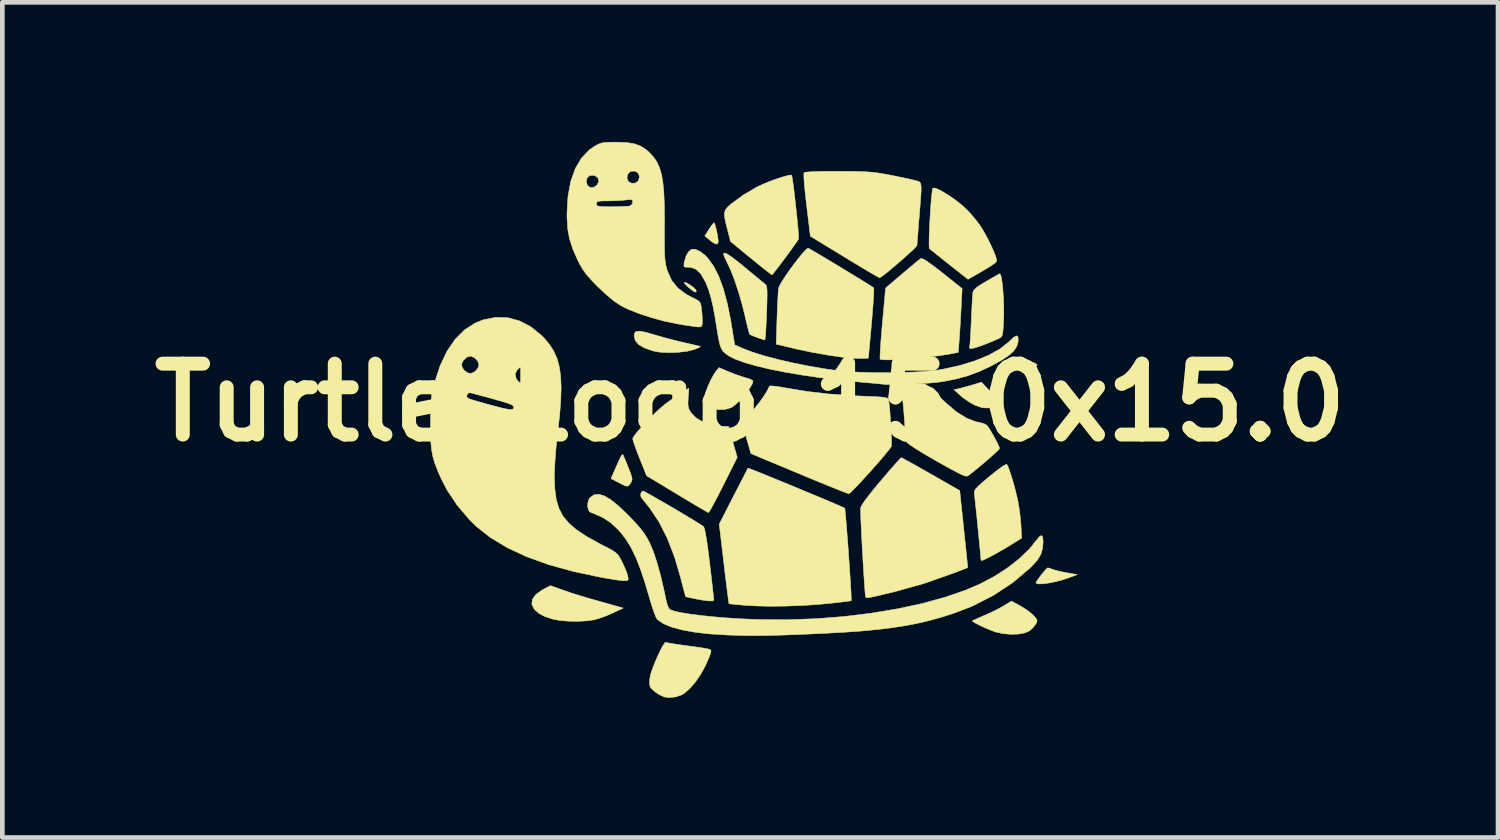
<source format=kicad_pcb>
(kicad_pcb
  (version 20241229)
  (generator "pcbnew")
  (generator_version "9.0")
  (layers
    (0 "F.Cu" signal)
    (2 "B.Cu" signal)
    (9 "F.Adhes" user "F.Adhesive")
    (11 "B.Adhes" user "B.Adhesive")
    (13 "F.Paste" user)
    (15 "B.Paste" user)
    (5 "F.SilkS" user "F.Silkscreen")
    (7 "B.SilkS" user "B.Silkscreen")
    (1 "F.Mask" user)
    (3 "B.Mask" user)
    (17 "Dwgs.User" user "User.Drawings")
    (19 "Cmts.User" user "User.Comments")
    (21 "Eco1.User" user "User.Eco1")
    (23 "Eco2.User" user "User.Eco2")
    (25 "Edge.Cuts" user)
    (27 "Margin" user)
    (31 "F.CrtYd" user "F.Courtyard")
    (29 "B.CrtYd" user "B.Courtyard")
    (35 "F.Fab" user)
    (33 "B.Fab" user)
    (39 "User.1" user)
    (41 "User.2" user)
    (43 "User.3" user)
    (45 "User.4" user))
  (footprint "Turtle_Logo_15.0x15.0"
    (layer "F.Cu")
    (at 13.07 5.599)
    (property "Reference" "Turtle_Logo_15.0x15.0" (at 0 0 0) (layer "F.SilkS") (effects (font (size 1.524 1.524) (thickness 0.3))))
    (attr through_hole)
    (fp_poly (pts (xy 6.017 -0.882) (xy 6.119 -0.844) (xy 6.166 -0.813) (xy 6.156 -0.79) (xy 6.086 -0.773) (xy 5.956 -0.76) (xy 5.877 -0.755) (xy 5.625 -0.742) (xy 5.725 -0.843) (xy 5.824 -0.945) (xy 6.017 -0.882)) (stroke (width 0.01) (type solid)) (fill yes) (layer "F.SilkS"))
    (fp_poly (pts (xy -1.363 -2.568) (xy -1.288 -2.524) (xy -1.216 -2.469) (xy -1.167 -2.42) (xy -1.161 -2.408) (xy -1.162 -2.372) (xy -1.202 -2.381) (xy -1.277 -2.434) (xy -1.327 -2.476) (xy -1.389 -2.536) (xy -1.418 -2.576) (xy -1.415 -2.585) (xy -1.363 -2.568)) (stroke (width 0.01) (type solid)) (fill yes) (layer "F.SilkS"))
    (fp_poly (pts (xy -0.76 -3.837) (xy -0.74 -3.767) (xy -0.718 -3.672) (xy -0.699 -3.573) (xy -0.688 -3.488) (xy -0.686 -3.454) (xy -0.703 -3.406) (xy -0.754 -3.41) (xy -0.84 -3.466) (xy -0.869 -3.49) (xy -0.974 -3.58) (xy -0.885 -3.722) (xy -0.831 -3.801) (xy -0.79 -3.853) (xy -0.776 -3.864) (xy -0.76 -3.837)) (stroke (width 0.01) (type solid)) (fill yes) (layer "F.SilkS"))
    (fp_poly (pts (xy 5.13 -0.268) (xy 5.235 -0.15) (xy 5.293 -0.063) (xy 5.307 0.001) (xy 5.279 0.05) (xy 5.235 0.079) (xy 5.116 0.118) (xy 4.989 0.113) (xy 4.838 0.061) (xy 4.815 0.051) (xy 4.7 -0.015) (xy 4.577 -0.1) (xy 4.519 -0.149) (xy 4.379 -0.275) (xy 4.472 -0.295) (xy 4.551 -0.315) (xy 4.664 -0.346) (xy 4.768 -0.376) (xy 4.971 -0.437) (xy 5.13 -0.268)) (stroke (width 0.01) (type solid)) (fill yes) (layer "F.SilkS"))
    (fp_poly (pts (xy 6.436 3.563) (xy 6.504 3.587) (xy 6.58 3.61) (xy 6.692 3.637) (xy 6.81 3.66) (xy 7.028 3.698) (xy 6.842 3.768) (xy 6.705 3.813) (xy 6.561 3.85) (xy 6.421 3.879) (xy 6.297 3.896) (xy 6.202 3.899) (xy 6.147 3.888) (xy 6.14 3.876) (xy 6.158 3.839) (xy 6.203 3.774) (xy 6.262 3.696) (xy 6.322 3.623) (xy 6.371 3.57) (xy 6.393 3.553) (xy 6.436 3.563)) (stroke (width 0.01) (type solid)) (fill yes) (layer "F.SilkS"))
    (fp_poly (pts (xy -2.732 1.125) (xy -2.717 1.157) (xy -2.684 1.234) (xy -2.641 1.342) (xy -2.62 1.395) (xy -2.571 1.519) (xy -2.545 1.6) (xy -2.537 1.653) (xy -2.547 1.693) (xy -2.568 1.73) (xy -2.602 1.777) (xy -2.632 1.798) (xy -2.677 1.793) (xy -2.75 1.76) (xy -2.827 1.72) (xy -2.99 1.636) (xy -2.884 1.391) (xy -2.824 1.257) (xy -2.784 1.173) (xy -2.757 1.13) (xy -2.74 1.119) (xy -2.732 1.125)) (stroke (width 0.01) (type solid)) (fill yes) (layer "F.SilkS"))
    (fp_poly (pts (xy -2.297 -1.52) (xy -2.153 -1.483) (xy -2.052 -1.453) (xy -1.871 -1.401) (xy -1.671 -1.348) (xy -1.483 -1.301) (xy -1.388 -1.279) (xy -1.257 -1.25) (xy -1.151 -1.225) (xy -1.084 -1.208) (xy -1.067 -1.202) (xy -1.087 -1.187) (xy -1.151 -1.159) (xy -1.206 -1.138) (xy -1.359 -1.1) (xy -1.548 -1.078) (xy -1.749 -1.071) (xy -1.938 -1.081) (xy -2.086 -1.107) (xy -2.271 -1.172) (xy -2.399 -1.247) (xy -2.471 -1.334) (xy -2.493 -1.432) (xy -2.485 -1.49) (xy -2.455 -1.524) (xy -2.395 -1.533) (xy -2.297 -1.52)) (stroke (width 0.01) (type solid)) (fill yes) (layer "F.SilkS"))
    (fp_poly (pts (xy -0.452 -0.657) (xy -0.32 -0.605) (xy -0.187 -0.559) (xy -0.086 -0.528) (xy -0.000129 -0.502) (xy 0.053 -0.474) (xy 0.062 -0.462) (xy 0.041 -0.391) (xy -0.017 -0.293) (xy -0.1 -0.181) (xy -0.197 -0.07) (xy -0.296 0.028) (xy -0.387 0.098) (xy -0.41 0.112) (xy -0.537 0.149) (xy -0.686 0.153) (xy -0.829 0.124) (xy -0.9 0.091) (xy -0.968 0.044) (xy -0.993 -0.005) (xy -0.99 -0.082) (xy -0.989 -0.095) (xy -0.962 -0.203) (xy -0.911 -0.339) (xy -0.847 -0.482) (xy -0.779 -0.606) (xy -0.729 -0.679) (xy -0.67 -0.749) (xy -0.452 -0.657)) (stroke (width 0.01) (type solid)) (fill yes) (layer "F.SilkS"))
    (fp_poly (pts (xy -4.007 4.037) (xy -3.85 4.091) (xy -3.662 4.15) (xy -3.473 4.207) (xy -3.381 4.233) (xy -3.225 4.277) (xy -3.074 4.319) (xy -2.947 4.355) (xy -2.883 4.373) (xy -2.727 4.417) (xy -2.961 4.527) (xy -3.096 4.585) (xy -3.236 4.636) (xy -3.351 4.669) (xy -3.36 4.671) (xy -3.52 4.693) (xy -3.712 4.703) (xy -3.912 4.699) (xy -4.096 4.683) (xy -4.231 4.658) (xy -4.408 4.601) (xy -4.536 4.535) (xy -4.628 4.453) (xy -4.643 4.435) (xy -4.692 4.333) (xy -4.68 4.23) (xy -4.609 4.129) (xy -4.479 4.034) (xy -4.428 4.006) (xy -4.291 3.936) (xy -4.007 4.037)) (stroke (width 0.01) (type solid)) (fill yes) (layer "F.SilkS"))
    (fp_poly (pts (xy 5.795 4.365) (xy 5.91 4.435) (xy 6.02 4.515) (xy 6.081 4.569) (xy 6.142 4.637) (xy 6.166 4.682) (xy 6.157 4.725) (xy 6.139 4.759) (xy 6.08 4.836) (xy 6.005 4.905) (xy 5.906 4.95) (xy 5.765 4.976) (xy 5.601 4.981) (xy 5.432 4.967) (xy 5.276 4.932) (xy 5.267 4.929) (xy 5.169 4.893) (xy 5.059 4.847) (xy 4.95 4.797) (xy 4.857 4.75) (xy 4.793 4.713) (xy 4.772 4.693) (xy 4.773 4.692) (xy 4.805 4.677) (xy 4.88 4.642) (xy 4.986 4.596) (xy 5.043 4.571) (xy 5.183 4.508) (xy 5.323 4.438) (xy 5.437 4.376) (xy 5.457 4.364) (xy 5.614 4.268) (xy 5.795 4.365)) (stroke (width 0.01) (type solid)) (fill yes) (layer "F.SilkS"))
    (fp_poly (pts (xy 3.708 -3.088) (xy 3.787 -3.043) (xy 3.909 -2.957) (xy 4.073 -2.831) (xy 4.133 -2.784) (xy 4.555 -2.447) (xy 4.533 -2.026) (xy 4.523 -1.84) (xy 4.512 -1.648) (xy 4.501 -1.472) (xy 4.492 -1.34) (xy 4.472 -1.076) (xy 4.27 -1.038) (xy 4.111 -1.013) (xy 3.929 -0.988) (xy 3.732 -0.967) (xy 3.531 -0.948) (xy 3.335 -0.933) (xy 3.155 -0.922) (xy 3.001 -0.916) (xy 2.883 -0.917) (xy 2.809 -0.924) (xy 2.791 -0.932) (xy 2.789 -0.969) (xy 2.793 -1.06) (xy 2.801 -1.195) (xy 2.813 -1.366) (xy 2.829 -1.563) (xy 2.842 -1.71) (xy 2.91 -2.46) (xy 3.268 -2.765) (xy 3.397 -2.873) (xy 3.51 -2.968) (xy 3.6 -3.042) (xy 3.656 -3.087) (xy 3.668 -3.095) (xy 3.708 -3.088)) (stroke (width 0.01) (type solid)) (fill yes) (layer "F.SilkS"))
    (fp_poly (pts (xy -1.777 5.163) (xy -1.689 5.179) (xy -1.565 5.198) (xy -1.419 5.219) (xy -1.417 5.219) (xy -1.216 5.246) (xy -1.068 5.267) (xy -0.965 5.284) (xy -0.899 5.297) (xy -0.862 5.309) (xy -0.846 5.323) (xy -0.842 5.339) (xy -0.841 5.35) (xy -0.854 5.398) (xy -0.888 5.487) (xy -0.937 5.601) (xy -0.963 5.658) (xy -1.058 5.833) (xy -1.172 5.999) (xy -1.293 6.141) (xy -1.41 6.245) (xy -1.465 6.28) (xy -1.596 6.326) (xy -1.737 6.342) (xy -1.845 6.328) (xy -1.949 6.281) (xy -2.052 6.212) (xy -2.13 6.139) (xy -2.15 6.109) (xy -2.165 6.026) (xy -2.151 5.892) (xy -2.15 5.889) (xy -2.127 5.801) (xy -2.087 5.688) (xy -2.036 5.561) (xy -1.98 5.433) (xy -1.924 5.316) (xy -1.874 5.223) (xy -1.835 5.165) (xy -1.816 5.153) (xy -1.777 5.163)) (stroke (width 0.01) (type solid)) (fill yes) (layer "F.SilkS"))
    (fp_poly (pts (xy 5.381 -2.746) (xy 5.4 -2.673) (xy 5.417 -2.559) (xy 5.431 -2.415) (xy 5.442 -2.251) (xy 5.449 -2.08) (xy 5.45 -1.91) (xy 5.449 -1.834) (xy 5.441 -1.657) (xy 5.432 -1.533) (xy 5.419 -1.454) (xy 5.401 -1.411) (xy 5.39 -1.401) (xy 5.321 -1.365) (xy 5.212 -1.317) (xy 5.084 -1.265) (xy 4.958 -1.217) (xy 4.852 -1.182) (xy 4.804 -1.169) (xy 4.735 -1.158) (xy 4.712 -1.171) (xy 4.716 -1.205) (xy 4.723 -1.254) (xy 4.731 -1.354) (xy 4.739 -1.493) (xy 4.747 -1.658) (xy 4.752 -1.776) (xy 4.76 -1.955) (xy 4.768 -2.116) (xy 4.776 -2.249) (xy 4.783 -2.339) (xy 4.786 -2.369) (xy 4.809 -2.416) (xy 4.863 -2.47) (xy 4.959 -2.536) (xy 5.07 -2.602) (xy 5.187 -2.669) (xy 5.283 -2.724) (xy 5.345 -2.759) (xy 5.362 -2.767) (xy 5.381 -2.746)) (stroke (width 0.01) (type solid)) (fill yes) (layer "F.SilkS"))
    (fp_poly (pts (xy -0.507 -3.198) (xy -0.418 -3.141) (xy -0.288 -3.043) (xy -0.124 -2.91) (xy 0.014 -2.796) (xy 0.138 -2.694) (xy 0.238 -2.611) (xy 0.306 -2.556) (xy 0.33 -2.536) (xy 0.346 -2.515) (xy 0.357 -2.473) (xy 0.363 -2.404) (xy 0.364 -2.298) (xy 0.361 -2.147) (xy 0.355 -1.943) (xy 0.354 -1.921) (xy 0.346 -1.738) (xy 0.338 -1.58) (xy 0.33 -1.455) (xy 0.322 -1.372) (xy 0.315 -1.343) (xy 0.315 -1.343) (xy 0.277 -1.354) (xy 0.201 -1.379) (xy 0.15 -1.397) (xy 0.063 -1.43) (xy 0.003 -1.456) (xy -0.011 -1.465) (xy -0.023 -1.5) (xy -0.045 -1.583) (xy -0.075 -1.702) (xy -0.108 -1.846) (xy -0.109 -1.851) (xy -0.175 -2.116) (xy -0.252 -2.381) (xy -0.335 -2.63) (xy -0.42 -2.848) (xy -0.501 -3.02) (xy -0.501 -3.021) (xy -0.552 -3.124) (xy -0.572 -3.189) (xy -0.557 -3.213) (xy -0.507 -3.198)) (stroke (width 0.01) (type solid)) (fill yes) (layer "F.SilkS"))
    (fp_poly (pts (xy 4.034 -4.584) (xy 4.136 -4.531) (xy 4.256 -4.457) (xy 4.384 -4.37) (xy 4.509 -4.274) (xy 4.603 -4.193) (xy 4.719 -4.077) (xy 4.84 -3.936) (xy 4.943 -3.799) (xy 4.949 -3.79) (xy 5.022 -3.671) (xy 5.098 -3.532) (xy 5.17 -3.388) (xy 5.232 -3.251) (xy 5.277 -3.137) (xy 5.297 -3.059) (xy 5.298 -3.048) (xy 5.29 -3.027) (xy 5.262 -2.998) (xy 5.207 -2.958) (xy 5.117 -2.901) (xy 4.987 -2.823) (xy 4.826 -2.73) (xy 4.681 -2.647) (xy 4.28 -2.964) (xy 4.144 -3.072) (xy 4.024 -3.167) (xy 3.929 -3.243) (xy 3.869 -3.292) (xy 3.852 -3.306) (xy 3.846 -3.343) (xy 3.844 -3.431) (xy 3.846 -3.558) (xy 3.852 -3.712) (xy 3.86 -3.883) (xy 3.87 -4.059) (xy 3.881 -4.228) (xy 3.893 -4.378) (xy 3.906 -4.5) (xy 3.917 -4.58) (xy 3.924 -4.604) (xy 3.96 -4.61) (xy 4.034 -4.584)) (stroke (width 0.01) (type solid)) (fill yes) (layer "F.SilkS"))
    (fp_poly (pts (xy 0.889 -4.887) (xy 0.899 -4.851) (xy 0.913 -4.763) (xy 0.931 -4.636) (xy 0.95 -4.48) (xy 0.97 -4.306) (xy 0.99 -4.126) (xy 1.008 -3.95) (xy 1.024 -3.79) (xy 1.035 -3.657) (xy 1.041 -3.561) (xy 1.04 -3.514) (xy 1.04 -3.512) (xy 1.006 -3.46) (xy 0.946 -3.375) (xy 0.869 -3.268) (xy 0.782 -3.148) (xy 0.692 -3.028) (xy 0.608 -2.916) (xy 0.538 -2.825) (xy 0.489 -2.763) (xy 0.469 -2.743) (xy 0.441 -2.761) (xy 0.372 -2.814) (xy 0.271 -2.893) (xy 0.147 -2.994) (xy 0.016 -3.1) (xy -0.421 -3.458) (xy -0.488 -3.716) (xy -0.529 -3.879) (xy -0.551 -3.995) (xy -0.553 -4.078) (xy -0.531 -4.142) (xy -0.486 -4.198) (xy -0.414 -4.262) (xy -0.413 -4.263) (xy -0.143 -4.462) (xy 0.148 -4.632) (xy 0.306 -4.705) (xy 0.431 -4.755) (xy 0.563 -4.803) (xy 0.689 -4.844) (xy 0.794 -4.874) (xy 0.866 -4.888) (xy 0.889 -4.887)) (stroke (width 0.01) (type solid)) (fill yes) (layer "F.SilkS"))
    (fp_poly (pts (xy 1.283 -3.297) (xy 1.364 -3.25) (xy 1.481 -3.181) (xy 1.623 -3.096) (xy 1.784 -3) (xy 1.953 -2.898) (xy 2.122 -2.795) (xy 2.282 -2.698) (xy 2.424 -2.611) (xy 2.54 -2.539) (xy 2.619 -2.489) (xy 2.654 -2.465) (xy 2.658 -2.43) (xy 2.655 -2.342) (xy 2.648 -2.209) (xy 2.636 -2.04) (xy 2.62 -1.845) (xy 2.608 -1.699) (xy 2.54 -0.951) (xy 2.369 -0.947) (xy 2.252 -0.947) (xy 2.146 -0.951) (xy 2.104 -0.955) (xy 1.7 -1.013) (xy 1.341 -1.076) (xy 1.011 -1.145) (xy 0.957 -1.158) (xy 0.559 -1.253) (xy 0.577 -1.819) (xy 0.584 -2.005) (xy 0.592 -2.174) (xy 0.599 -2.315) (xy 0.606 -2.415) (xy 0.612 -2.46) (xy 0.637 -2.52) (xy 0.69 -2.612) (xy 0.765 -2.727) (xy 0.853 -2.853) (xy 0.948 -2.982) (xy 1.041 -3.102) (xy 1.125 -3.205) (xy 1.193 -3.279) (xy 1.237 -3.315) (xy 1.247 -3.316) (xy 1.283 -3.297)) (stroke (width 0.01) (type solid)) (fill yes) (layer "F.SilkS"))
    (fp_poly (pts (xy 5.515 1.328) (xy 5.54 1.375) (xy 5.575 1.47) (xy 5.617 1.598) (xy 5.661 1.747) (xy 5.703 1.904) (xy 5.74 2.054) (xy 5.751 2.105) (xy 5.778 2.261) (xy 5.802 2.443) (xy 5.818 2.615) (xy 5.819 2.633) (xy 5.834 2.914) (xy 5.574 3.075) (xy 5.439 3.156) (xy 5.302 3.234) (xy 5.174 3.304) (xy 5.068 3.358) (xy 4.995 3.391) (xy 4.972 3.397) (xy 4.958 3.371) (xy 4.955 3.345) (xy 4.952 3.299) (xy 4.944 3.203) (xy 4.931 3.067) (xy 4.915 2.904) (xy 4.897 2.725) (xy 4.879 2.541) (xy 4.861 2.364) (xy 4.844 2.206) (xy 4.83 2.077) (xy 4.82 1.989) (xy 4.818 1.972) (xy 4.815 1.93) (xy 4.824 1.892) (xy 4.852 1.849) (xy 4.906 1.793) (xy 4.993 1.715) (xy 5.121 1.607) (xy 5.146 1.586) (xy 5.274 1.483) (xy 5.383 1.401) (xy 5.464 1.347) (xy 5.51 1.327) (xy 5.515 1.328)) (stroke (width 0.01) (type solid)) (fill yes) (layer "F.SilkS"))
    (fp_poly (pts (xy 4.215 0.018) (xy 4.438 0.205) (xy 4.651 0.337) (xy 4.849 0.413) (xy 4.921 0.427) (xy 5.013 0.45) (xy 5.082 0.486) (xy 5.091 0.495) (xy 5.13 0.549) (xy 5.183 0.635) (xy 5.241 0.738) (xy 5.296 0.841) (xy 5.339 0.928) (xy 5.36 0.982) (xy 5.36 0.988) (xy 5.338 1.016) (xy 5.277 1.075) (xy 5.188 1.155) (xy 5.08 1.249) (xy 4.964 1.348) (xy 4.85 1.442) (xy 4.747 1.524) (xy 4.676 1.578) (xy 4.651 1.584) (xy 4.605 1.574) (xy 4.533 1.544) (xy 4.43 1.493) (xy 4.288 1.417) (xy 4.101 1.313) (xy 4.006 1.26) (xy 3.827 1.156) (xy 3.666 1.06) (xy 3.532 0.976) (xy 3.432 0.909) (xy 3.374 0.864) (xy 3.364 0.851) (xy 3.353 0.797) (xy 3.341 0.697) (xy 3.329 0.568) (xy 3.323 0.483) (xy 3.312 0.329) (xy 3.3 0.178) (xy 3.289 0.055) (xy 3.284 0.013) (xy 3.267 -0.145) (xy 3.974 -0.209) (xy 4.215 0.018)) (stroke (width 0.01) (type solid)) (fill yes) (layer "F.SilkS"))
    (fp_poly (pts (xy -1.332 -0.1) (xy -1.337 0.021) (xy -1.329 0.102) (xy -1.303 0.168) (xy -1.272 0.218) (xy -1.164 0.329) (xy -1.014 0.422) (xy -0.84 0.486) (xy -0.664 0.513) (xy -0.651 0.513) (xy -0.467 0.514) (xy -0.423 0.67) (xy -0.387 0.794) (xy -0.347 0.936) (xy -0.328 1.002) (xy -0.278 1.179) (xy -0.575 1.774) (xy -0.664 1.949) (xy -0.745 2.104) (xy -0.812 2.23) (xy -0.863 2.319) (xy -0.892 2.363) (xy -0.896 2.366) (xy -0.928 2.35) (xy -1.006 2.305) (xy -1.122 2.238) (xy -1.269 2.151) (xy -1.438 2.049) (xy -1.573 1.968) (xy -2.226 1.574) (xy -2.375 1.202) (xy -2.432 1.057) (xy -2.478 0.93) (xy -2.511 0.833) (xy -2.524 0.78) (xy -2.524 0.777) (xy -2.503 0.732) (xy -2.445 0.655) (xy -2.359 0.554) (xy -2.254 0.439) (xy -2.139 0.32) (xy -2.022 0.206) (xy -1.914 0.107) (xy -1.833 0.04) (xy -1.71 -0.05) (xy -1.573 -0.145) (xy -1.492 -0.197) (xy -1.318 -0.308) (xy -1.332 -0.1)) (stroke (width 0.01) (type solid)) (fill yes) (layer "F.SilkS"))
    (fp_poly (pts (xy -2.27 1.916) (xy -2.192 1.958) (xy -2.079 2.022) (xy -1.94 2.102) (xy -1.784 2.192) (xy -1.621 2.287) (xy -1.46 2.383) (xy -1.31 2.473) (xy -1.179 2.552) (xy -1.078 2.615) (xy -1.015 2.656) (xy -1.001 2.667) (xy -0.981 2.714) (xy -0.958 2.822) (xy -0.93 2.993) (xy -0.898 3.225) (xy -0.869 3.464) (xy -0.844 3.675) (xy -0.822 3.866) (xy -0.804 4.027) (xy -0.79 4.149) (xy -0.782 4.225) (xy -0.78 4.246) (xy -0.808 4.264) (xy -0.894 4.264) (xy -1.032 4.246) (xy -1.165 4.221) (xy -1.272 4.199) (xy -1.351 4.181) (xy -1.386 4.17) (xy -1.387 4.17) (xy -1.397 4.138) (xy -1.419 4.057) (xy -1.45 3.939) (xy -1.487 3.796) (xy -1.492 3.773) (xy -1.625 3.321) (xy -1.781 2.918) (xy -1.959 2.567) (xy -2.156 2.272) (xy -2.177 2.245) (xy -2.25 2.154) (xy -2.309 2.08) (xy -2.342 2.038) (xy -2.343 2.038) (xy -2.355 1.986) (xy -2.34 1.93) (xy -2.306 1.901) (xy -2.304 1.901) (xy -2.27 1.916)) (stroke (width 0.01) (type solid)) (fill yes) (layer "F.SilkS"))
    (fp_poly (pts (xy 3.278 1.2) (xy 3.355 1.242) (xy 3.471 1.305) (xy 3.618 1.387) (xy 3.786 1.483) (xy 3.885 1.539) (xy 4.503 1.893) (xy 4.57 2.525) (xy 4.591 2.732) (xy 4.612 2.931) (xy 4.631 3.109) (xy 4.646 3.253) (xy 4.656 3.349) (xy 4.656 3.353) (xy 4.676 3.548) (xy 4.356 3.671) (xy 3.733 3.89) (xy 3.113 4.064) (xy 3.023 4.086) (xy 2.832 4.131) (xy 2.694 4.164) (xy 2.598 4.184) (xy 2.538 4.195) (xy 2.504 4.196) (xy 2.489 4.19) (xy 2.482 4.178) (xy 2.48 4.169) (xy 2.473 4.124) (xy 2.465 4.026) (xy 2.454 3.885) (xy 2.443 3.711) (xy 2.431 3.514) (xy 2.418 3.303) (xy 2.406 3.089) (xy 2.395 2.88) (xy 2.386 2.686) (xy 2.379 2.518) (xy 2.374 2.385) (xy 2.372 2.297) (xy 2.373 2.266) (xy 2.399 2.206) (xy 2.468 2.103) (xy 2.578 1.96) (xy 2.727 1.777) (xy 2.805 1.684) (xy 2.931 1.536) (xy 3.045 1.405) (xy 3.138 1.299) (xy 3.206 1.224) (xy 3.242 1.188) (xy 3.246 1.186) (xy 3.278 1.2)) (stroke (width 0.01) (type solid)) (fill yes) (layer "F.SilkS"))
    (fp_poly (pts (xy 0.526 -0.351) (xy 0.642 -0.335) (xy 0.764 -0.313) (xy 1.209 -0.239) (xy 1.681 -0.184) (xy 2.194 -0.147) (xy 2.408 -0.137) (xy 2.606 -0.129) (xy 2.751 -0.122) (xy 2.851 -0.114) (xy 2.914 -0.104) (xy 2.95 -0.09) (xy 2.968 -0.073) (xy 2.975 -0.05) (xy 2.987 0.032) (xy 2.999 0.152) (xy 3.01 0.297) (xy 3.021 0.454) (xy 3.029 0.609) (xy 3.035 0.749) (xy 3.037 0.86) (xy 3.035 0.931) (xy 3.032 0.947) (xy 2.99 1.006) (xy 2.917 1.095) (xy 2.822 1.209) (xy 2.711 1.337) (xy 2.592 1.471) (xy 2.472 1.604) (xy 2.358 1.727) (xy 2.259 1.832) (xy 2.181 1.911) (xy 2.133 1.954) (xy 2.121 1.96) (xy 2.082 1.948) (xy 1.992 1.914) (xy 1.859 1.861) (xy 1.688 1.793) (xy 1.488 1.711) (xy 1.264 1.619) (xy 1.044 1.527) (xy 0.016 1.098) (xy -0.084 0.749) (xy -0.184 0.399) (xy -0.006 0.235) (xy 0.086 0.137) (xy 0.186 0.014) (xy 0.282 -0.118) (xy 0.36 -0.242) (xy 0.409 -0.341) (xy 0.413 -0.351) (xy 0.446 -0.357) (xy 0.526 -0.351)) (stroke (width 0.01) (type solid)) (fill yes) (layer "F.SilkS"))
    (fp_poly (pts (xy 1.895 -4.969) (xy 2.135 -4.967) (xy 2.326 -4.964) (xy 2.482 -4.958) (xy 2.615 -4.948) (xy 2.738 -4.934) (xy 2.866 -4.913) (xy 3.01 -4.886) (xy 3.023 -4.884) (xy 3.189 -4.85) (xy 3.342 -4.818) (xy 3.469 -4.79) (xy 3.552 -4.77) (xy 3.561 -4.767) (xy 3.602 -4.756) (xy 3.633 -4.744) (xy 3.655 -4.723) (xy 3.668 -4.685) (xy 3.674 -4.624) (xy 3.673 -4.531) (xy 3.665 -4.398) (xy 3.651 -4.22) (xy 3.632 -3.987) (xy 3.631 -3.974) (xy 3.616 -3.792) (xy 3.604 -3.63) (xy 3.594 -3.5) (xy 3.587 -3.411) (xy 3.585 -3.376) (xy 3.562 -3.346) (xy 3.501 -3.284) (xy 3.41 -3.2) (xy 3.301 -3.101) (xy 3.181 -2.997) (xy 3.062 -2.896) (xy 2.953 -2.805) (xy 2.863 -2.733) (xy 2.802 -2.69) (xy 2.782 -2.68) (xy 2.749 -2.696) (xy 2.671 -2.74) (xy 2.553 -2.808) (xy 2.404 -2.897) (xy 2.23 -3.002) (xy 2.038 -3.118) (xy 2.024 -3.127) (xy 1.293 -3.573) (xy 1.212 -4.241) (xy 1.186 -4.468) (xy 1.167 -4.658) (xy 1.156 -4.804) (xy 1.153 -4.9) (xy 1.159 -4.94) (xy 1.2 -4.95) (xy 1.297 -4.958) (xy 1.446 -4.964) (xy 1.642 -4.968) (xy 1.878 -4.969) (xy 1.895 -4.969)) (stroke (width 0.01) (type solid)) (fill yes) (layer "F.SilkS"))
    (fp_poly (pts (xy -0.018 1.419) (xy 0.061 1.45) (xy 0.181 1.497) (xy 0.336 1.56) (xy 0.516 1.633) (xy 0.715 1.715) (xy 0.924 1.801) (xy 1.135 1.889) (xy 1.341 1.975) (xy 1.535 2.055) (xy 1.707 2.128) (xy 1.85 2.189) (xy 1.957 2.235) (xy 2.019 2.264) (xy 2.032 2.27) (xy 2.037 2.304) (xy 2.047 2.39) (xy 2.058 2.521) (xy 2.072 2.686) (xy 2.086 2.877) (xy 2.102 3.085) (xy 2.117 3.3) (xy 2.132 3.514) (xy 2.145 3.717) (xy 2.157 3.901) (xy 2.166 4.055) (xy 2.171 4.172) (xy 2.173 4.243) (xy 2.172 4.259) (xy 2.14 4.265) (xy 2.058 4.276) (xy 1.937 4.291) (xy 1.789 4.308) (xy 1.745 4.313) (xy 1.439 4.342) (xy 1.105 4.363) (xy 0.763 4.375) (xy 0.431 4.379) (xy 0.127 4.372) (xy -0.075 4.361) (xy -0.22 4.349) (xy -0.34 4.338) (xy -0.422 4.329) (xy -0.455 4.323) (xy -0.455 4.323) (xy -0.461 4.291) (xy -0.473 4.205) (xy -0.49 4.074) (xy -0.511 3.904) (xy -0.536 3.704) (xy -0.562 3.483) (xy -0.564 3.464) (xy -0.665 2.613) (xy -0.359 2.015) (xy -0.268 1.84) (xy -0.188 1.683) (xy -0.122 1.555) (xy -0.075 1.463) (xy -0.05 1.415) (xy -0.047 1.41) (xy -0.018 1.419)) (stroke (width 0.01) (type solid)) (fill yes) (layer "F.SilkS"))
    (fp_poly (pts (xy -1.182 -3.293) (xy -1.083 -3.249) (xy -0.977 -3.17) (xy -0.921 -3.114) (xy -0.791 -2.939) (xy -0.677 -2.718) (xy -0.577 -2.446) (xy -0.489 -2.12) (xy -0.413 -1.737) (xy -0.402 -1.666) (xy -0.332 -1.238) (xy -0.162 -1.163) (xy 0.038 -1.086) (xy 0.288 -1.007) (xy 0.579 -0.929) (xy 0.898 -0.855) (xy 1.234 -0.787) (xy 1.576 -0.728) (xy 1.807 -0.695) (xy 2.044 -0.67) (xy 2.321 -0.652) (xy 2.623 -0.642) (xy 2.938 -0.64) (xy 3.25 -0.644) (xy 3.548 -0.655) (xy 3.816 -0.674) (xy 4.042 -0.699) (xy 4.125 -0.712) (xy 4.497 -0.794) (xy 4.832 -0.896) (xy 5.124 -1.016) (xy 5.367 -1.151) (xy 5.555 -1.3) (xy 5.577 -1.322) (xy 5.666 -1.404) (xy 5.726 -1.433) (xy 5.756 -1.408) (xy 5.76 -1.329) (xy 5.756 -1.301) (xy 5.727 -1.202) (xy 5.663 -1.107) (xy 5.557 -1.011) (xy 5.404 -0.909) (xy 5.198 -0.796) (xy 5.177 -0.785) (xy 4.919 -0.664) (xy 4.673 -0.573) (xy 4.411 -0.502) (xy 4.161 -0.453) (xy 4.027 -0.434) (xy 3.853 -0.418) (xy 3.654 -0.404) (xy 3.445 -0.393) (xy 3.244 -0.386) (xy 3.065 -0.384) (xy 2.923 -0.387) (xy 2.867 -0.392) (xy 2.794 -0.399) (xy 2.675 -0.411) (xy 2.527 -0.424) (xy 2.369 -0.438) (xy 1.936 -0.481) (xy 1.52 -0.531) (xy 1.125 -0.588) (xy 0.758 -0.65) (xy 0.424 -0.716) (xy 0.13 -0.786) (xy -0.118 -0.857) (xy -0.316 -0.929) (xy -0.449 -0.995) (xy -0.524 -1.046) (xy -0.58 -1.097) (xy -0.621 -1.161) (xy -0.652 -1.249) (xy -0.68 -1.372) (xy -0.709 -1.544) (xy -0.716 -1.59) (xy -0.76 -1.862) (xy -0.802 -2.082) (xy -0.845 -2.263) (xy -0.892 -2.417) (xy -0.945 -2.554) (xy -0.969 -2.606) (xy -1.061 -2.763) (xy -1.161 -2.861) (xy -1.277 -2.904) (xy -1.333 -2.907) (xy -1.4 -2.909) (xy -1.424 -2.931) (xy -1.42 -2.991) (xy -1.415 -3.018) (xy -1.379 -3.143) (xy -1.324 -3.24) (xy -1.26 -3.293) (xy -1.182 -3.293)) (stroke (width 0.01) (type solid)) (fill yes) (layer "F.SilkS"))
    (fp_poly (pts (xy -3.141 2.003) (xy -3.004 2.082) (xy -2.843 2.211) (xy -2.653 2.391) (xy -2.611 2.433) (xy -2.468 2.582) (xy -2.362 2.702) (xy -2.281 2.807) (xy -2.216 2.91) (xy -2.156 3.024) (xy -2.152 3.032) (xy -2.075 3.217) (xy -1.997 3.458) (xy -1.918 3.745) (xy -1.843 4.073) (xy -1.807 4.246) (xy -1.776 4.362) (xy -1.738 4.436) (xy -1.72 4.452) (xy -1.629 4.484) (xy -1.483 4.516) (xy -1.292 4.547) (xy -1.063 4.576) (xy -0.805 4.603) (xy -0.525 4.627) (xy -0.232 4.646) (xy 0.066 4.66) (xy 0.187 4.664) (xy 0.8 4.668) (xy 1.411 4.646) (xy 2.014 4.599) (xy 2.6 4.528) (xy 3.162 4.434) (xy 3.693 4.32) (xy 4.185 4.185) (xy 4.63 4.032) (xy 4.935 3.901) (xy 5.243 3.739) (xy 5.531 3.554) (xy 5.787 3.353) (xy 6.002 3.146) (xy 6.145 2.968) (xy 6.213 2.884) (xy 6.259 2.858) (xy 6.286 2.891) (xy 6.295 2.982) (xy 6.295 2.986) (xy 6.284 3.136) (xy 6.247 3.262) (xy 6.175 3.382) (xy 6.059 3.511) (xy 6.017 3.553) (xy 5.641 3.871) (xy 5.223 4.147) (xy 4.771 4.377) (xy 4.371 4.531) (xy 4.115 4.612) (xy 3.863 4.682) (xy 3.607 4.743) (xy 3.34 4.795) (xy 3.055 4.839) (xy 2.745 4.877) (xy 2.403 4.91) (xy 2.021 4.937) (xy 1.592 4.961) (xy 1.11 4.983) (xy 1.028 4.986) (xy 0.737 4.997) (xy 0.495 5.004) (xy 0.286 5.009) (xy 0.099 5.01) (xy -0.082 5.009) (xy -0.27 5.004) (xy -0.479 4.997) (xy -0.499 4.996) (xy -0.859 4.974) (xy -1.181 4.938) (xy -1.458 4.888) (xy -1.688 4.826) (xy -1.865 4.753) (xy -1.986 4.669) (xy -2 4.655) (xy -2.028 4.604) (xy -2.066 4.506) (xy -2.111 4.375) (xy -2.157 4.224) (xy -2.161 4.207) (xy -2.263 3.865) (xy -2.36 3.576) (xy -2.456 3.332) (xy -2.555 3.127) (xy -2.662 2.951) (xy -2.778 2.798) (xy -2.843 2.725) (xy -3 2.58) (xy -3.176 2.467) (xy -3.391 2.374) (xy -3.436 2.358) (xy -3.474 2.316) (xy -3.491 2.239) (xy -3.487 2.149) (xy -3.461 2.07) (xy -3.442 2.044) (xy -3.356 1.985) (xy -3.257 1.971) (xy -3.141 2.003)) (stroke (width 0.01) (type solid)) (fill yes) (layer "F.SilkS"))
    (fp_poly (pts (xy -2.652 -5.586) (xy -2.483 -5.558) (xy -2.346 -5.506) (xy -2.225 -5.425) (xy -2.157 -5.362) (xy -2.071 -5.267) (xy -2.002 -5.164) (xy -1.948 -5.045) (xy -1.906 -4.905) (xy -1.876 -4.734) (xy -1.856 -4.527) (xy -1.845 -4.276) (xy -1.841 -3.973) (xy -1.842 -3.81) (xy -1.842 -3.566) (xy -1.842 -3.376) (xy -1.839 -3.229) (xy -1.834 -3.116) (xy -1.825 -3.027) (xy -1.813 -2.953) (xy -1.795 -2.884) (xy -1.778 -2.825) (xy -1.688 -2.624) (xy -1.554 -2.459) (xy -1.372 -2.323) (xy -1.258 -2.263) (xy -1.156 -2.213) (xy -1.097 -2.173) (xy -1.067 -2.128) (xy -1.052 -2.062) (xy -1.048 -2.033) (xy -1.035 -1.908) (xy -1.029 -1.778) (xy -1.028 -1.757) (xy -1.032 -1.672) (xy -1.048 -1.633) (xy -1.088 -1.623) (xy -1.114 -1.623) (xy -1.179 -1.63) (xy -1.289 -1.645) (xy -1.427 -1.666) (xy -1.557 -1.688) (xy -1.84 -1.747) (xy -2.124 -1.824) (xy -2.393 -1.912) (xy -2.63 -2.007) (xy -2.772 -2.078) (xy -2.916 -2.173) (xy -3.085 -2.311) (xy -3.268 -2.483) (xy -3.276 -2.49) (xy -3.412 -2.631) (xy -3.514 -2.746) (xy -3.592 -2.852) (xy -3.658 -2.964) (xy -3.704 -3.054) (xy -3.81 -3.294) (xy -3.881 -3.512) (xy -3.921 -3.732) (xy -3.936 -3.979) (xy -3.936 -4.067) (xy -3.925 -4.27) (xy -3.304 -4.27) (xy -3.3 -4.242) (xy -3.28 -4.224) (xy -3.235 -4.214) (xy -3.154 -4.209) (xy -3.024 -4.207) (xy -2.963 -4.207) (xy -2.82 -4.209) (xy -2.696 -4.214) (xy -2.608 -4.22) (xy -2.574 -4.226) (xy -2.533 -4.269) (xy -2.524 -4.308) (xy -2.531 -4.346) (xy -2.56 -4.361) (xy -2.628 -4.357) (xy -2.669 -4.352) (xy -2.774 -4.342) (xy -2.912 -4.335) (xy -3.054 -4.332) (xy -3.059 -4.332) (xy -3.182 -4.331) (xy -3.255 -4.324) (xy -3.291 -4.31) (xy -3.303 -4.285) (xy -3.304 -4.27) (xy -3.925 -4.27) (xy -3.915 -4.432) (xy -3.856 -4.752) (xy -3.855 -4.755) (xy -3.522 -4.755) (xy -3.499 -4.668) (xy -3.441 -4.621) (xy -3.365 -4.622) (xy -3.29 -4.673) (xy -3.253 -4.75) (xy -3.269 -4.819) (xy -2.647 -4.819) (xy -2.615 -4.746) (xy -2.612 -4.743) (xy -2.54 -4.709) (xy -2.461 -4.718) (xy -2.401 -4.766) (xy -2.399 -4.77) (xy -2.379 -4.858) (xy -2.407 -4.93) (xy -2.47 -4.972) (xy -2.554 -4.969) (xy -2.586 -4.956) (xy -2.636 -4.898) (xy -2.647 -4.819) (xy -3.269 -4.819) (xy -3.27 -4.825) (xy -3.335 -4.875) (xy -3.353 -4.881) (xy -3.442 -4.878) (xy -3.503 -4.827) (xy -3.522 -4.755) (xy -3.855 -4.755) (xy -3.759 -5.025) (xy -3.625 -5.252) (xy -3.455 -5.429) (xy -3.34 -5.509) (xy -3.269 -5.548) (xy -3.203 -5.573) (xy -3.127 -5.587) (xy -3.022 -5.593) (xy -2.872 -5.594) (xy -2.867 -5.594) (xy -2.652 -5.586)) (stroke (width 0.01) (type solid)) (fill yes) (layer "F.SilkS"))
    (fp_poly (pts (xy -5.21 -1.822) (xy -4.956 -1.754) (xy -4.712 -1.627) (xy -4.485 -1.442) (xy -4.426 -1.383) (xy -4.313 -1.248) (xy -4.222 -1.106) (xy -4.152 -0.951) (xy -4.103 -0.775) (xy -4.073 -0.573) (xy -4.062 -0.337) (xy -4.069 -0.062) (xy -4.093 0.258) (xy -4.134 0.632) (xy -4.146 0.731) (xy -4.168 0.937) (xy -4.187 1.157) (xy -4.2 1.369) (xy -4.207 1.548) (xy -4.207 1.588) (xy -4.198 1.853) (xy -4.168 2.079) (xy -4.111 2.273) (xy -4.022 2.442) (xy -3.895 2.595) (xy -3.726 2.74) (xy -3.509 2.883) (xy -3.238 3.032) (xy -3.163 3.071) (xy -3.027 3.141) (xy -2.934 3.194) (xy -2.871 3.241) (xy -2.826 3.294) (xy -2.784 3.363) (xy -2.75 3.43) (xy -2.696 3.546) (xy -2.652 3.656) (xy -2.629 3.732) (xy -2.62 3.8) (xy -2.641 3.827) (xy -2.705 3.831) (xy -2.715 3.83) (xy -2.786 3.824) (xy -2.903 3.808) (xy -3.048 3.784) (xy -3.207 3.757) (xy -3.21 3.756) (xy -3.797 3.632) (xy -4.327 3.485) (xy -4.8 3.315) (xy -5.217 3.121) (xy -5.579 2.904) (xy -5.886 2.662) (xy -6.026 2.525) (xy -6.296 2.207) (xy -6.512 1.884) (xy -6.635 1.647) (xy -6.716 1.463) (xy -6.777 1.305) (xy -6.82 1.158) (xy -6.847 1.008) (xy -6.863 0.838) (xy -6.869 0.633) (xy -6.869 0.436) (xy -6.868 0.228) (xy -6.863 0.068) (xy -6.855 -0.06) (xy -6.845 -0.135) (xy -6.091 -0.135) (xy -6.088 -0.115) (xy -6.07 -0.097) (xy -6.028 -0.077) (xy -5.956 -0.052) (xy -5.845 -0.02) (xy -5.689 0.024) (xy -5.501 0.075) (xy -5.331 0.119) (xy -5.213 0.144) (xy -5.137 0.151) (xy -5.096 0.14) (xy -5.081 0.111) (xy -5.08 0.099) (xy -5.085 0.081) (xy -5.103 0.062) (xy -5.142 0.042) (xy -5.206 0.017) (xy -5.303 -0.014) (xy -5.438 -0.053) (xy -5.617 -0.103) (xy -5.846 -0.164) (xy -6.018 -0.21) (xy -6.067 -0.196) (xy -6.086 -0.158) (xy -6.091 -0.135) (xy -6.845 -0.135) (xy -6.841 -0.17) (xy -6.82 -0.277) (xy -6.79 -0.396) (xy -6.784 -0.42) (xy -6.725 -0.601) (xy -5.049 -0.601) (xy -5.024 -0.5) (xy -4.961 -0.433) (xy -4.875 -0.408) (xy -4.783 -0.432) (xy -4.737 -0.467) (xy -4.691 -0.53) (xy -4.675 -0.578) (xy -4.698 -0.635) (xy -4.752 -0.702) (xy -4.816 -0.757) (xy -4.869 -0.779) (xy -4.95 -0.752) (xy -5.018 -0.687) (xy -5.049 -0.607) (xy -5.049 -0.601) (xy -6.725 -0.601) (xy -6.664 -0.787) (xy -6.653 -0.81) (xy -6.202 -0.81) (xy -6.181 -0.742) (xy -6.14 -0.686) (xy -6.072 -0.639) (xy -6.015 -0.623) (xy -5.947 -0.644) (xy -5.89 -0.686) (xy -5.844 -0.753) (xy -5.828 -0.81) (xy -5.854 -0.888) (xy -5.918 -0.957) (xy -5.996 -0.995) (xy -6.015 -0.997) (xy -6.093 -0.971) (xy -6.162 -0.907) (xy -6.2 -0.829) (xy -6.202 -0.81) (xy -6.653 -0.81) (xy -6.516 -1.1) (xy -6.34 -1.358) (xy -6.137 -1.561) (xy -5.907 -1.709) (xy -5.739 -1.776) (xy -5.473 -1.829) (xy -5.21 -1.822)) (stroke (width 0.01) (type solid)) (fill yes) (layer "F.SilkS")))
  (gr_rect
    (start -3 -3)
    (end 29.14 14.947)
    (stroke (width 0.1) (type default))
    (fill no)
    (layer "Edge.Cuts")))
</source>
